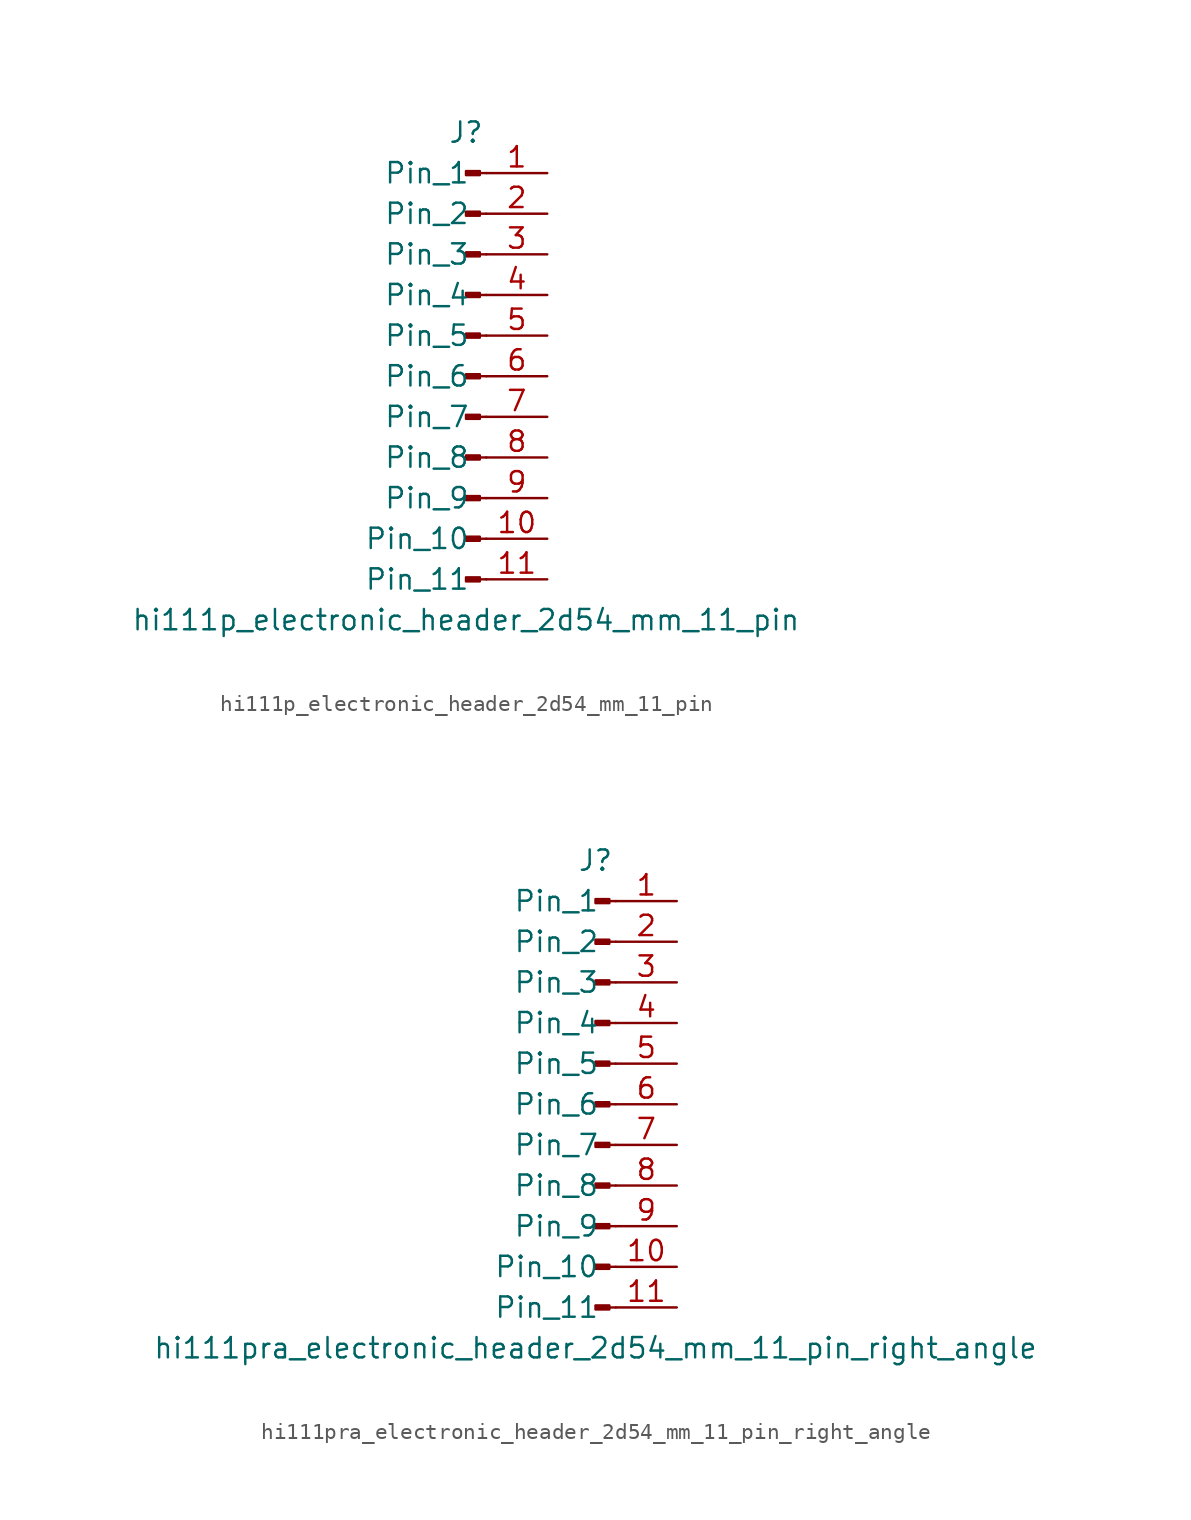
<source format=kicad_sym>
(kicad_symbol_lib
  (version 20220914)
  (generator kicad_symbol_editor)
  (symbol "hi111p_electronic_header_2d54_mm_11_pin"
    (pin_names
      (offset 1.016))
    (property "Reference" "J"
      (at 0 15.24 0)
      (effects (font (size 1.27 1.27))))
    (property "Value" "hi111p_electronic_header_2d54_mm_11_pin"
      (at 0 -15.24 0)
      (effects (font (size 1.27 1.27))))
    (property "ki_locked" ""
      (at 0 0 0)
      (effects (font (size 1.27 1.27))))
    (symbol "hi111p_electronic_header_2d54_mm_11_pin_1_1"
      (polyline (pts (xy 1.27 -12.7) (xy 0.864 -12.7)) (stroke (width 0.152) (type default)) (fill (type none)))
      (polyline (pts (xy 1.27 -10.16) (xy 0.864 -10.16)) (stroke (width 0.152) (type default)) (fill (type none)))
      (polyline (pts (xy 1.27 -7.62) (xy 0.864 -7.62)) (stroke (width 0.152) (type default)) (fill (type none)))
      (polyline (pts (xy 1.27 -5.08) (xy 0.864 -5.08)) (stroke (width 0.152) (type default)) (fill (type none)))
      (polyline (pts (xy 1.27 -2.54) (xy 0.864 -2.54)) (stroke (width 0.152) (type default)) (fill (type none)))
      (polyline (pts (xy 1.27 0) (xy 0.864 0)) (stroke (width 0.152) (type default)) (fill (type none)))
      (polyline (pts (xy 1.27 2.54) (xy 0.864 2.54)) (stroke (width 0.152) (type default)) (fill (type none)))
      (polyline (pts (xy 1.27 5.08) (xy 0.864 5.08)) (stroke (width 0.152) (type default)) (fill (type none)))
      (polyline (pts (xy 1.27 7.62) (xy 0.864 7.62)) (stroke (width 0.152) (type default)) (fill (type none)))
      (polyline (pts (xy 1.27 10.16) (xy 0.864 10.16)) (stroke (width 0.152) (type default)) (fill (type none)))
      (polyline (pts (xy 1.27 12.7) (xy 0.864 12.7)) (stroke (width 0.152) (type default)) (fill (type none)))
      (rectangle (start 0.864 -12.573) (end 0 -12.827) (stroke (width 0.152) (type default)) (fill (type outline)))
      (rectangle (start 0.864 -10.033) (end 0 -10.287) (stroke (width 0.152) (type default)) (fill (type outline)))
      (rectangle (start 0.864 -7.493) (end 0 -7.747) (stroke (width 0.152) (type default)) (fill (type outline)))
      (rectangle (start 0.864 -4.953) (end 0 -5.207) (stroke (width 0.152) (type default)) (fill (type outline)))
      (rectangle (start 0.864 -2.413) (end 0 -2.667) (stroke (width 0.152) (type default)) (fill (type outline)))
      (rectangle (start 0.864 0.127) (end 0 -0.127) (stroke (width 0.152) (type default)) (fill (type outline)))
      (rectangle (start 0.864 2.667) (end 0 2.413) (stroke (width 0.152) (type default)) (fill (type outline)))
      (rectangle (start 0.864 5.207) (end 0 4.953) (stroke (width 0.152) (type default)) (fill (type outline)))
      (rectangle (start 0.864 7.747) (end 0 7.493) (stroke (width 0.152) (type default)) (fill (type outline)))
      (rectangle (start 0.864 10.287) (end 0 10.033) (stroke (width 0.152) (type default)) (fill (type outline)))
      (rectangle (start 0.864 12.827) (end 0 12.573) (stroke (width 0.152) (type default)) (fill (type outline)))
      (pin passive line (at 5.08 12.7 180) (length 3.81) (name "Pin_1" (effects (font (size 1.27 1.27)))) (number "1" (effects (font (size 1.27 1.27)))))
      (pin passive line (at 5.08 -10.16 180) (length 3.81) (name "Pin_10" (effects (font (size 1.27 1.27)))) (number "10" (effects (font (size 1.27 1.27)))))
      (pin passive line (at 5.08 -12.7 180) (length 3.81) (name "Pin_11" (effects (font (size 1.27 1.27)))) (number "11" (effects (font (size 1.27 1.27)))))
      (pin passive line (at 5.08 10.16 180) (length 3.81) (name "Pin_2" (effects (font (size 1.27 1.27)))) (number "2" (effects (font (size 1.27 1.27)))))
      (pin passive line (at 5.08 7.62 180) (length 3.81) (name "Pin_3" (effects (font (size 1.27 1.27)))) (number "3" (effects (font (size 1.27 1.27)))))
      (pin passive line (at 5.08 5.08 180) (length 3.81) (name "Pin_4" (effects (font (size 1.27 1.27)))) (number "4" (effects (font (size 1.27 1.27)))))
      (pin passive line (at 5.08 2.54 180) (length 3.81) (name "Pin_5" (effects (font (size 1.27 1.27)))) (number "5" (effects (font (size 1.27 1.27)))))
      (pin passive line (at 5.08 0 180) (length 3.81) (name "Pin_6" (effects (font (size 1.27 1.27)))) (number "6" (effects (font (size 1.27 1.27)))))
      (pin passive line (at 5.08 -2.54 180) (length 3.81) (name "Pin_7" (effects (font (size 1.27 1.27)))) (number "7" (effects (font (size 1.27 1.27)))))
      (pin passive line (at 5.08 -5.08 180) (length 3.81) (name "Pin_8" (effects (font (size 1.27 1.27)))) (number "8" (effects (font (size 1.27 1.27)))))
      (pin passive line (at 5.08 -7.62 180) (length 3.81) (name "Pin_9" (effects (font (size 1.27 1.27)))) (number "9" (effects (font (size 1.27 1.27)))))))
  (symbol "hi111pra_electronic_header_2d54_mm_11_pin_right_angle"
    (pin_names
      (offset 1.016))
    (property "Reference" "J"
      (at 0 15.24 0)
      (effects (font (size 1.27 1.27))))
    (property "Value" "hi111pra_electronic_header_2d54_mm_11_pin_right_angle"
      (at 0 -15.24 0)
      (effects (font (size 1.27 1.27))))
    (property "ki_locked" ""
      (at 0 0 0)
      (effects (font (size 1.27 1.27))))
    (symbol "hi111pra_electronic_header_2d54_mm_11_pin_right_angle_1_1"
      (polyline (pts (xy 1.27 -12.7) (xy 0.864 -12.7)) (stroke (width 0.152) (type default)) (fill (type none)))
      (polyline (pts (xy 1.27 -10.16) (xy 0.864 -10.16)) (stroke (width 0.152) (type default)) (fill (type none)))
      (polyline (pts (xy 1.27 -7.62) (xy 0.864 -7.62)) (stroke (width 0.152) (type default)) (fill (type none)))
      (polyline (pts (xy 1.27 -5.08) (xy 0.864 -5.08)) (stroke (width 0.152) (type default)) (fill (type none)))
      (polyline (pts (xy 1.27 -2.54) (xy 0.864 -2.54)) (stroke (width 0.152) (type default)) (fill (type none)))
      (polyline (pts (xy 1.27 0) (xy 0.864 0)) (stroke (width 0.152) (type default)) (fill (type none)))
      (polyline (pts (xy 1.27 2.54) (xy 0.864 2.54)) (stroke (width 0.152) (type default)) (fill (type none)))
      (polyline (pts (xy 1.27 5.08) (xy 0.864 5.08)) (stroke (width 0.152) (type default)) (fill (type none)))
      (polyline (pts (xy 1.27 7.62) (xy 0.864 7.62)) (stroke (width 0.152) (type default)) (fill (type none)))
      (polyline (pts (xy 1.27 10.16) (xy 0.864 10.16)) (stroke (width 0.152) (type default)) (fill (type none)))
      (polyline (pts (xy 1.27 12.7) (xy 0.864 12.7)) (stroke (width 0.152) (type default)) (fill (type none)))
      (rectangle (start 0.864 -12.573) (end 0 -12.827) (stroke (width 0.152) (type default)) (fill (type outline)))
      (rectangle (start 0.864 -10.033) (end 0 -10.287) (stroke (width 0.152) (type default)) (fill (type outline)))
      (rectangle (start 0.864 -7.493) (end 0 -7.747) (stroke (width 0.152) (type default)) (fill (type outline)))
      (rectangle (start 0.864 -4.953) (end 0 -5.207) (stroke (width 0.152) (type default)) (fill (type outline)))
      (rectangle (start 0.864 -2.413) (end 0 -2.667) (stroke (width 0.152) (type default)) (fill (type outline)))
      (rectangle (start 0.864 0.127) (end 0 -0.127) (stroke (width 0.152) (type default)) (fill (type outline)))
      (rectangle (start 0.864 2.667) (end 0 2.413) (stroke (width 0.152) (type default)) (fill (type outline)))
      (rectangle (start 0.864 5.207) (end 0 4.953) (stroke (width 0.152) (type default)) (fill (type outline)))
      (rectangle (start 0.864 7.747) (end 0 7.493) (stroke (width 0.152) (type default)) (fill (type outline)))
      (rectangle (start 0.864 10.287) (end 0 10.033) (stroke (width 0.152) (type default)) (fill (type outline)))
      (rectangle (start 0.864 12.827) (end 0 12.573) (stroke (width 0.152) (type default)) (fill (type outline)))
      (pin passive line (at 5.08 12.7 180) (length 3.81) (name "Pin_1" (effects (font (size 1.27 1.27)))) (number "1" (effects (font (size 1.27 1.27)))))
      (pin passive line (at 5.08 -10.16 180) (length 3.81) (name "Pin_10" (effects (font (size 1.27 1.27)))) (number "10" (effects (font (size 1.27 1.27)))))
      (pin passive line (at 5.08 -12.7 180) (length 3.81) (name "Pin_11" (effects (font (size 1.27 1.27)))) (number "11" (effects (font (size 1.27 1.27)))))
      (pin passive line (at 5.08 10.16 180) (length 3.81) (name "Pin_2" (effects (font (size 1.27 1.27)))) (number "2" (effects (font (size 1.27 1.27)))))
      (pin passive line (at 5.08 7.62 180) (length 3.81) (name "Pin_3" (effects (font (size 1.27 1.27)))) (number "3" (effects (font (size 1.27 1.27)))))
      (pin passive line (at 5.08 5.08 180) (length 3.81) (name "Pin_4" (effects (font (size 1.27 1.27)))) (number "4" (effects (font (size 1.27 1.27)))))
      (pin passive line (at 5.08 2.54 180) (length 3.81) (name "Pin_5" (effects (font (size 1.27 1.27)))) (number "5" (effects (font (size 1.27 1.27)))))
      (pin passive line (at 5.08 0 180) (length 3.81) (name "Pin_6" (effects (font (size 1.27 1.27)))) (number "6" (effects (font (size 1.27 1.27)))))
      (pin passive line (at 5.08 -2.54 180) (length 3.81) (name "Pin_7" (effects (font (size 1.27 1.27)))) (number "7" (effects (font (size 1.27 1.27)))))
      (pin passive line (at 5.08 -5.08 180) (length 3.81) (name "Pin_8" (effects (font (size 1.27 1.27)))) (number "8" (effects (font (size 1.27 1.27)))))
      (pin passive line (at 5.08 -7.62 180) (length 3.81) (name "Pin_9" (effects (font (size 1.27 1.27)))) (number "9" (effects (font (size 1.27 1.27))))))))
</source>
